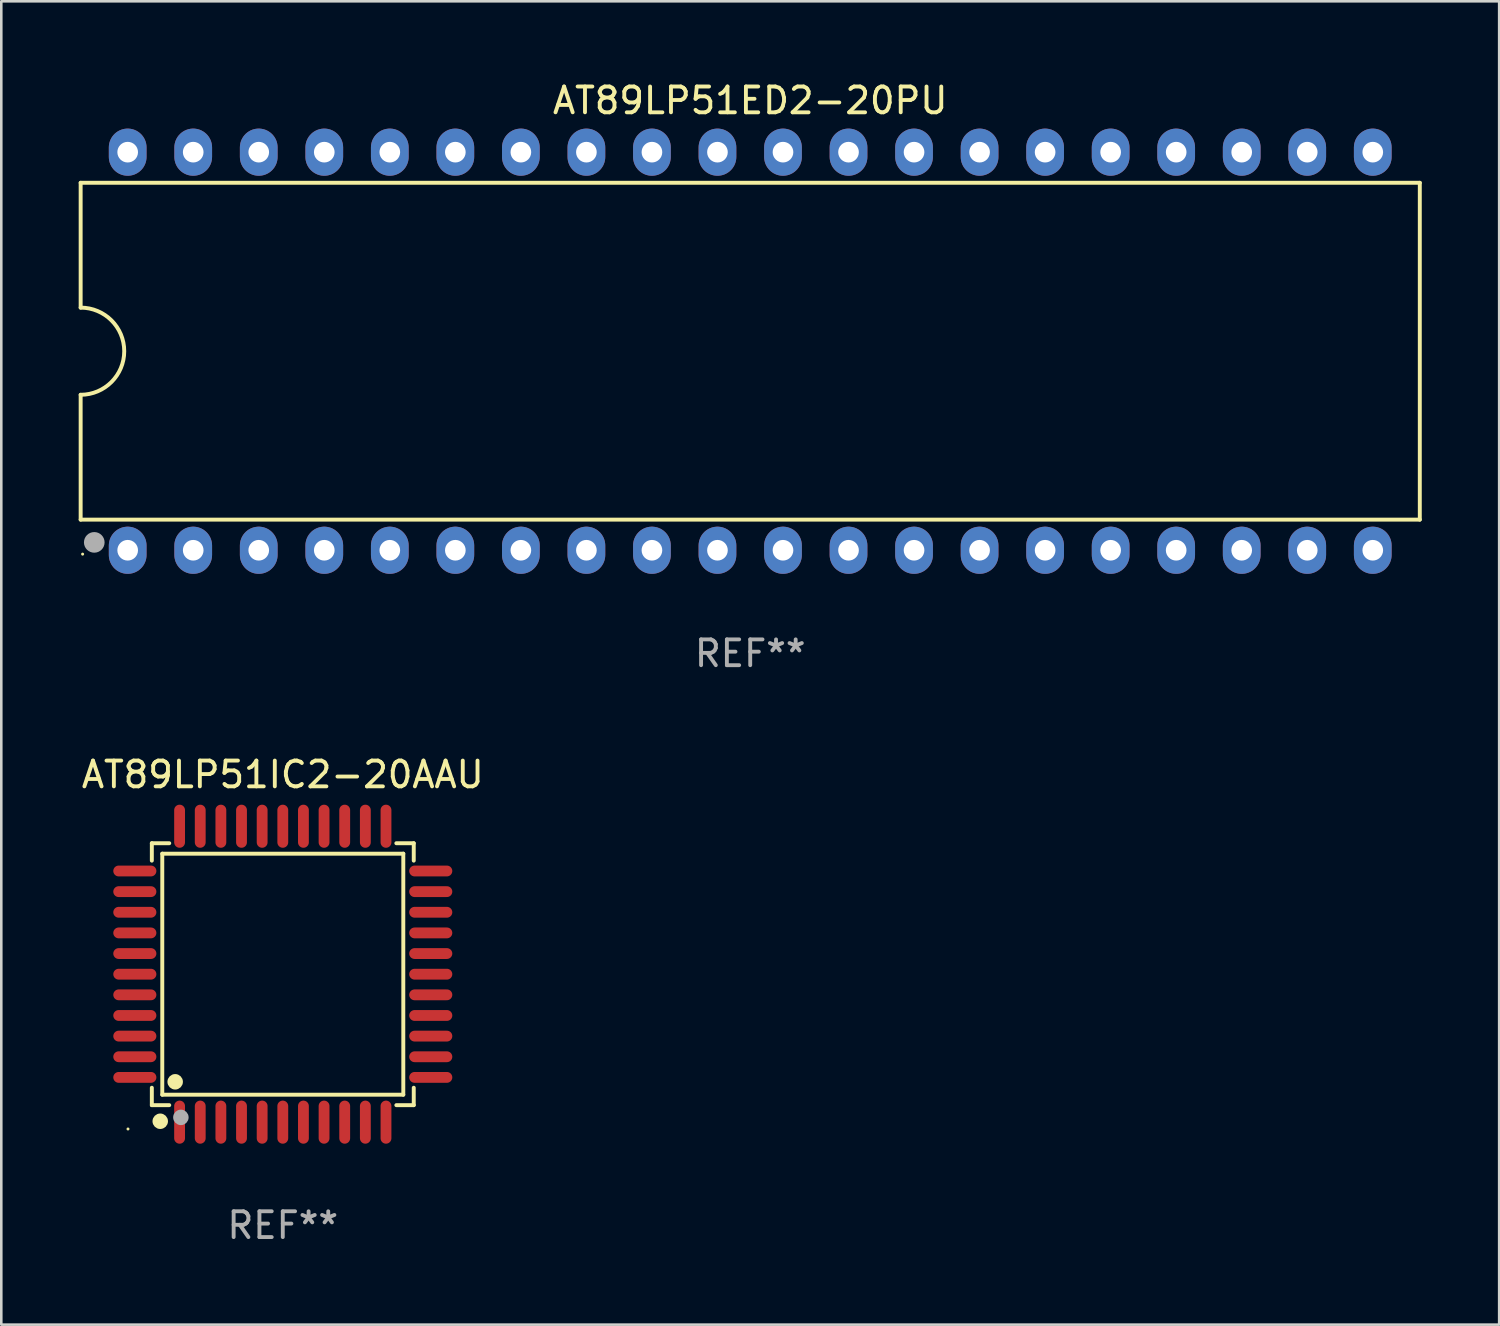
<source format=kicad_pcb>
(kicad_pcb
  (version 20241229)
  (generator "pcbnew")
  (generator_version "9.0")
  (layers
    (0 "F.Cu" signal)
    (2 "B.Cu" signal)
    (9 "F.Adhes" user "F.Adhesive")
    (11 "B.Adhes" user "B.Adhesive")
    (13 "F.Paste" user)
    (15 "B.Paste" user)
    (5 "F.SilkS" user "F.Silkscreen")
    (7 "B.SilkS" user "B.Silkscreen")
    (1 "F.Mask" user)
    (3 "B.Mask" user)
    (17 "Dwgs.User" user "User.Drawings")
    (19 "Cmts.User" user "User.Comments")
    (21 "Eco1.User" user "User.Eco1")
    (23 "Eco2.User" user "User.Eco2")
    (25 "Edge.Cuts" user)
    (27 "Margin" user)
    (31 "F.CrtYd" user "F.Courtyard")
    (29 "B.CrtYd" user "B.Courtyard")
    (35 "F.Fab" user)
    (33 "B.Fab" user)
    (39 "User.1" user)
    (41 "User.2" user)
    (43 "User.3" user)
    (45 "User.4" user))
  (footprint "AT89LP51ED2-20PU"
    (layer "F.Cu")
    (at 26.029 10.563)
    (property "Reference" "AT89LP51ED2-20PU" (at 0 -9.715 0) (layer "F.SilkS") (effects (font (size 1 1) (thickness 0.15))))
    (attr through_hole)
    (fp_line (start -25.953 -6.528) (end -25.953 -1.689) (stroke (width 0.152) (type solid)) (layer "F.SilkS"))
    (fp_line (start -25.953 1.689) (end -25.953 6.528) (stroke (width 0.152) (type solid)) (layer "F.SilkS"))
    (fp_line (start -25.953 6.528) (end 25.953 6.528) (stroke (width 0.152) (type solid)) (layer "F.SilkS"))
    (fp_line (start 25.953 -6.528) (end -25.953 -6.528) (stroke (width 0.152) (type solid)) (layer "F.SilkS"))
    (fp_line (start 25.953 6.528) (end 25.953 -6.528) (stroke (width 0.152) (type solid)) (layer "F.SilkS"))
    (fp_arc (start -25.9527 -1.689126) (mid -24.263574 0) (end -25.9527 1.689126) (stroke (width 0.1524) (type solid)) (layer "F.SilkS"))
    (fp_circle (center -25.877 7.865) (end -25.847 7.865) (stroke (width 0.06) (type solid)) (fill no) (layer "F.SilkS"))
    (fp_circle (center -25.435 7.41) (end -25.245 7.41) (stroke (width 0.15) (type solid)) (fill no) (layer "F.SilkS"))
    (fp_circle (center -25.425 7.41) (end -25.225 7.41) (stroke (width 0.4) (type solid)) (fill no) (layer "F.Fab"))
    (fp_text user "REF**" (at 0 11.715 0) (layer "F.Fab") (effects (font (size 1 1) (thickness 0.15))))
    (pad "1" thru_hole oval (at -24.13 7.715) (size 1.462 1.828) (drill 0.8) (layers "*.Cu" "*.Mask"))
    (pad "2" thru_hole oval (at -21.59 7.715) (size 1.462 1.828) (drill 0.8) (layers "*.Cu" "*.Mask"))
    (pad "3" thru_hole oval (at -19.05 7.715) (size 1.462 1.828) (drill 0.8) (layers "*.Cu" "*.Mask"))
    (pad "4" thru_hole oval (at -16.51 7.715) (size 1.462 1.828) (drill 0.8) (layers "*.Cu" "*.Mask"))
    (pad "5" thru_hole oval (at -13.97 7.715) (size 1.462 1.828) (drill 0.8) (layers "*.Cu" "*.Mask"))
    (pad "6" thru_hole oval (at -11.43 7.715) (size 1.462 1.828) (drill 0.8) (layers "*.Cu" "*.Mask"))
    (pad "7" thru_hole oval (at -8.89 7.715) (size 1.462 1.828) (drill 0.8) (layers "*.Cu" "*.Mask"))
    (pad "8" thru_hole oval (at -6.35 7.715) (size 1.462 1.828) (drill 0.8) (layers "*.Cu" "*.Mask"))
    (pad "9" thru_hole oval (at -3.81 7.715) (size 1.462 1.828) (drill 0.8) (layers "*.Cu" "*.Mask"))
    (pad "10" thru_hole oval (at -1.27 7.715) (size 1.462 1.828) (drill 0.8) (layers "*.Cu" "*.Mask"))
    (pad "11" thru_hole oval (at 1.27 7.715) (size 1.462 1.828) (drill 0.8) (layers "*.Cu" "*.Mask"))
    (pad "12" thru_hole oval (at 3.81 7.715) (size 1.462 1.828) (drill 0.8) (layers "*.Cu" "*.Mask"))
    (pad "13" thru_hole oval (at 6.35 7.715) (size 1.462 1.828) (drill 0.8) (layers "*.Cu" "*.Mask"))
    (pad "14" thru_hole oval (at 8.89 7.715) (size 1.462 1.828) (drill 0.8) (layers "*.Cu" "*.Mask"))
    (pad "15" thru_hole oval (at 11.43 7.715) (size 1.462 1.828) (drill 0.8) (layers "*.Cu" "*.Mask"))
    (pad "16" thru_hole oval (at 13.97 7.715) (size 1.462 1.828) (drill 0.8) (layers "*.Cu" "*.Mask"))
    (pad "17" thru_hole oval (at 16.51 7.715) (size 1.462 1.828) (drill 0.8) (layers "*.Cu" "*.Mask"))
    (pad "18" thru_hole oval (at 19.05 7.715) (size 1.462 1.828) (drill 0.8) (layers "*.Cu" "*.Mask"))
    (pad "19" thru_hole oval (at 21.59 7.715) (size 1.462 1.828) (drill 0.8) (layers "*.Cu" "*.Mask"))
    (pad "20" thru_hole oval (at 24.13 7.715) (size 1.462 1.828) (drill 0.8) (layers "*.Cu" "*.Mask"))
    (pad "21" thru_hole oval (at 24.13 -7.715) (size 1.462 1.828) (drill 0.8) (layers "*.Cu" "*.Mask"))
    (pad "22" thru_hole oval (at 21.59 -7.715) (size 1.462 1.828) (drill 0.8) (layers "*.Cu" "*.Mask"))
    (pad "23" thru_hole oval (at 19.05 -7.715) (size 1.462 1.828) (drill 0.8) (layers "*.Cu" "*.Mask"))
    (pad "24" thru_hole oval (at 16.51 -7.715) (size 1.462 1.828) (drill 0.8) (layers "*.Cu" "*.Mask"))
    (pad "25" thru_hole oval (at 13.97 -7.715) (size 1.462 1.828) (drill 0.8) (layers "*.Cu" "*.Mask"))
    (pad "26" thru_hole oval (at 11.43 -7.715) (size 1.462 1.828) (drill 0.8) (layers "*.Cu" "*.Mask"))
    (pad "27" thru_hole oval (at 8.89 -7.715) (size 1.462 1.828) (drill 0.8) (layers "*.Cu" "*.Mask"))
    (pad "28" thru_hole oval (at 6.35 -7.715) (size 1.462 1.828) (drill 0.8) (layers "*.Cu" "*.Mask"))
    (pad "29" thru_hole oval (at 3.81 -7.715) (size 1.462 1.828) (drill 0.8) (layers "*.Cu" "*.Mask"))
    (pad "30" thru_hole oval (at 1.27 -7.715) (size 1.462 1.828) (drill 0.8) (layers "*.Cu" "*.Mask"))
    (pad "31" thru_hole oval (at -1.27 -7.715) (size 1.462 1.828) (drill 0.8) (layers "*.Cu" "*.Mask"))
    (pad "32" thru_hole oval (at -3.81 -7.715) (size 1.462 1.828) (drill 0.8) (layers "*.Cu" "*.Mask"))
    (pad "33" thru_hole oval (at -6.35 -7.715) (size 1.462 1.828) (drill 0.8) (layers "*.Cu" "*.Mask"))
    (pad "34" thru_hole oval (at -8.89 -7.715) (size 1.462 1.828) (drill 0.8) (layers "*.Cu" "*.Mask"))
    (pad "35" thru_hole oval (at -11.43 -7.715) (size 1.462 1.828) (drill 0.8) (layers "*.Cu" "*.Mask"))
    (pad "36" thru_hole oval (at -13.97 -7.715) (size 1.462 1.828) (drill 0.8) (layers "*.Cu" "*.Mask"))
    (pad "37" thru_hole oval (at -16.51 -7.715) (size 1.462 1.828) (drill 0.8) (layers "*.Cu" "*.Mask"))
    (pad "38" thru_hole oval (at -19.05 -7.715) (size 1.462 1.828) (drill 0.8) (layers "*.Cu" "*.Mask"))
    (pad "39" thru_hole oval (at -21.59 -7.715) (size 1.462 1.828) (drill 0.8) (layers "*.Cu" "*.Mask"))
    (pad "40" thru_hole oval (at -24.13 -7.715) (size 1.462 1.828) (drill 0.8) (layers "*.Cu" "*.Mask")))
  (footprint "AT89LP51IC2-20AAU"
    (layer "F.Cu")
    (at 7.911 34.71)
    (property "Reference" "AT89LP51IC2-20AAU" (at 0 -7.735 0) (layer "F.SilkS") (effects (font (size 1 1) (thickness 0.15))))
    (attr through_hole)
    (fp_line (start -5.076 -5.076) (end -4.401 -5.076) (stroke (width 0.152) (type solid)) (layer "F.SilkS"))
    (fp_line (start -5.076 -4.401) (end -5.076 -5.076) (stroke (width 0.152) (type solid)) (layer "F.SilkS"))
    (fp_line (start -5.076 4.401) (end -5.076 5.076) (stroke (width 0.152) (type solid)) (layer "F.SilkS"))
    (fp_line (start -5.076 5.076) (end -4.401 5.076) (stroke (width 0.152) (type solid)) (layer "F.SilkS"))
    (fp_line (start -4.671 -4.671) (end 4.671 -4.671) (stroke (width 0.152) (type solid)) (layer "F.SilkS"))
    (fp_line (start -4.671 4.671) (end -4.671 -4.671) (stroke (width 0.152) (type solid)) (layer "F.SilkS"))
    (fp_line (start 4.671 -4.671) (end 4.671 4.671) (stroke (width 0.152) (type solid)) (layer "F.SilkS"))
    (fp_line (start 4.671 4.671) (end -4.671 4.671) (stroke (width 0.152) (type solid)) (layer "F.SilkS"))
    (fp_line (start 5.076 -5.076) (end 4.401 -5.076) (stroke (width 0.152) (type solid)) (layer "F.SilkS"))
    (fp_line (start 5.076 -4.401) (end 5.076 -5.076) (stroke (width 0.152) (type solid)) (layer "F.SilkS"))
    (fp_line (start 5.076 4.401) (end 5.076 5.076) (stroke (width 0.152) (type solid)) (layer "F.SilkS"))
    (fp_line (start 5.076 5.076) (end 4.401 5.076) (stroke (width 0.152) (type solid)) (layer "F.SilkS"))
    (fp_circle (center -6 6) (end -5.97 6) (stroke (width 0.06) (type solid)) (fill no) (layer "F.SilkS"))
    (fp_circle (center -4.75 5.7) (end -4.6 5.7) (stroke (width 0.3) (type solid)) (fill no) (layer "F.SilkS"))
    (fp_circle (center -4.171 4.171) (end -4.021 4.171) (stroke (width 0.3) (type solid)) (fill no) (layer "F.SilkS"))
    (fp_circle (center -3.95 5.55) (end -3.8 5.55) (stroke (width 0.3) (type solid)) (fill no) (layer "F.Fab"))
    (fp_text user "REF**" (at 0 9.735 0) (layer "F.Fab") (effects (font (size 1 1) (thickness 0.15))))
    (pad "1" smd oval (at -4 5.735) (size 0.42 1.67) (layers "F.Cu" "F.Mask" "F.Paste"))
    (pad "2" smd oval (at -3.2 5.735) (size 0.42 1.67) (layers "F.Cu" "F.Mask" "F.Paste"))
    (pad "3" smd oval (at -2.4 5.735) (size 0.42 1.67) (layers "F.Cu" "F.Mask" "F.Paste"))
    (pad "4" smd oval (at -1.6 5.735) (size 0.42 1.67) (layers "F.Cu" "F.Mask" "F.Paste"))
    (pad "5" smd oval (at -0.8 5.735) (size 0.42 1.67) (layers "F.Cu" "F.Mask" "F.Paste"))
    (pad "6" smd oval (at 0 5.735) (size 0.42 1.67) (layers "F.Cu" "F.Mask" "F.Paste"))
    (pad "7" smd oval (at 0.8 5.735) (size 0.42 1.67) (layers "F.Cu" "F.Mask" "F.Paste"))
    (pad "8" smd oval (at 1.6 5.735) (size 0.42 1.67) (layers "F.Cu" "F.Mask" "F.Paste"))
    (pad "9" smd oval (at 2.4 5.735) (size 0.42 1.67) (layers "F.Cu" "F.Mask" "F.Paste"))
    (pad "10" smd oval (at 3.2 5.735) (size 0.42 1.67) (layers "F.Cu" "F.Mask" "F.Paste"))
    (pad "11" smd oval (at 4 5.735) (size 0.42 1.67) (layers "F.Cu" "F.Mask" "F.Paste"))
    (pad "12" smd oval (at 5.735 4) (size 1.67 0.42) (layers "F.Cu" "F.Mask" "F.Paste"))
    (pad "13" smd oval (at 5.735 3.2) (size 1.67 0.42) (layers "F.Cu" "F.Mask" "F.Paste"))
    (pad "14" smd oval (at 5.735 2.4) (size 1.67 0.42) (layers "F.Cu" "F.Mask" "F.Paste"))
    (pad "15" smd oval (at 5.735 1.6) (size 1.67 0.42) (layers "F.Cu" "F.Mask" "F.Paste"))
    (pad "16" smd oval (at 5.735 0.8) (size 1.67 0.42) (layers "F.Cu" "F.Mask" "F.Paste"))
    (pad "17" smd oval (at 5.735 0) (size 1.67 0.42) (layers "F.Cu" "F.Mask" "F.Paste"))
    (pad "18" smd oval (at 5.735 -0.8) (size 1.67 0.42) (layers "F.Cu" "F.Mask" "F.Paste"))
    (pad "19" smd oval (at 5.735 -1.6) (size 1.67 0.42) (layers "F.Cu" "F.Mask" "F.Paste"))
    (pad "20" smd oval (at 5.735 -2.4) (size 1.67 0.42) (layers "F.Cu" "F.Mask" "F.Paste"))
    (pad "21" smd oval (at 5.735 -3.2) (size 1.67 0.42) (layers "F.Cu" "F.Mask" "F.Paste"))
    (pad "22" smd oval (at 5.735 -4) (size 1.67 0.42) (layers "F.Cu" "F.Mask" "F.Paste"))
    (pad "23" smd oval (at 4 -5.735) (size 0.42 1.67) (layers "F.Cu" "F.Mask" "F.Paste"))
    (pad "24" smd oval (at 3.2 -5.735) (size 0.42 1.67) (layers "F.Cu" "F.Mask" "F.Paste"))
    (pad "25" smd oval (at 2.4 -5.735) (size 0.42 1.67) (layers "F.Cu" "F.Mask" "F.Paste"))
    (pad "26" smd oval (at 1.6 -5.735) (size 0.42 1.67) (layers "F.Cu" "F.Mask" "F.Paste"))
    (pad "27" smd oval (at 0.8 -5.735) (size 0.42 1.67) (layers "F.Cu" "F.Mask" "F.Paste"))
    (pad "28" smd oval (at 0 -5.735) (size 0.42 1.67) (layers "F.Cu" "F.Mask" "F.Paste"))
    (pad "29" smd oval (at -0.8 -5.735) (size 0.42 1.67) (layers "F.Cu" "F.Mask" "F.Paste"))
    (pad "30" smd oval (at -1.6 -5.735) (size 0.42 1.67) (layers "F.Cu" "F.Mask" "F.Paste"))
    (pad "31" smd oval (at -2.4 -5.735) (size 0.42 1.67) (layers "F.Cu" "F.Mask" "F.Paste"))
    (pad "32" smd oval (at -3.2 -5.735) (size 0.42 1.67) (layers "F.Cu" "F.Mask" "F.Paste"))
    (pad "33" smd oval (at -4 -5.735) (size 0.42 1.67) (layers "F.Cu" "F.Mask" "F.Paste"))
    (pad "34" smd oval (at -5.735 -4) (size 1.67 0.42) (layers "F.Cu" "F.Mask" "F.Paste"))
    (pad "35" smd oval (at -5.735 -3.2) (size 1.67 0.42) (layers "F.Cu" "F.Mask" "F.Paste"))
    (pad "36" smd oval (at -5.735 -2.4) (size 1.67 0.42) (layers "F.Cu" "F.Mask" "F.Paste"))
    (pad "37" smd oval (at -5.735 -1.6) (size 1.67 0.42) (layers "F.Cu" "F.Mask" "F.Paste"))
    (pad "38" smd oval (at -5.735 -0.8) (size 1.67 0.42) (layers "F.Cu" "F.Mask" "F.Paste"))
    (pad "39" smd oval (at -5.735 0) (size 1.67 0.42) (layers "F.Cu" "F.Mask" "F.Paste"))
    (pad "40" smd oval (at -5.735 0.8) (size 1.67 0.42) (layers "F.Cu" "F.Mask" "F.Paste"))
    (pad "41" smd oval (at -5.735 1.6) (size 1.67 0.42) (layers "F.Cu" "F.Mask" "F.Paste"))
    (pad "42" smd oval (at -5.735 2.4) (size 1.67 0.42) (layers "F.Cu" "F.Mask" "F.Paste"))
    (pad "43" smd oval (at -5.735 3.2) (size 1.67 0.42) (layers "F.Cu" "F.Mask" "F.Paste"))
    (pad "44" smd oval (at -5.735 4) (size 1.67 0.42) (layers "F.Cu" "F.Mask" "F.Paste")))
  (gr_rect
    (start -3 -3)
    (end 55.058 48.293)
    (stroke (width 0.1) (type default))
    (fill no)
    (layer "Edge.Cuts")))
</source>
